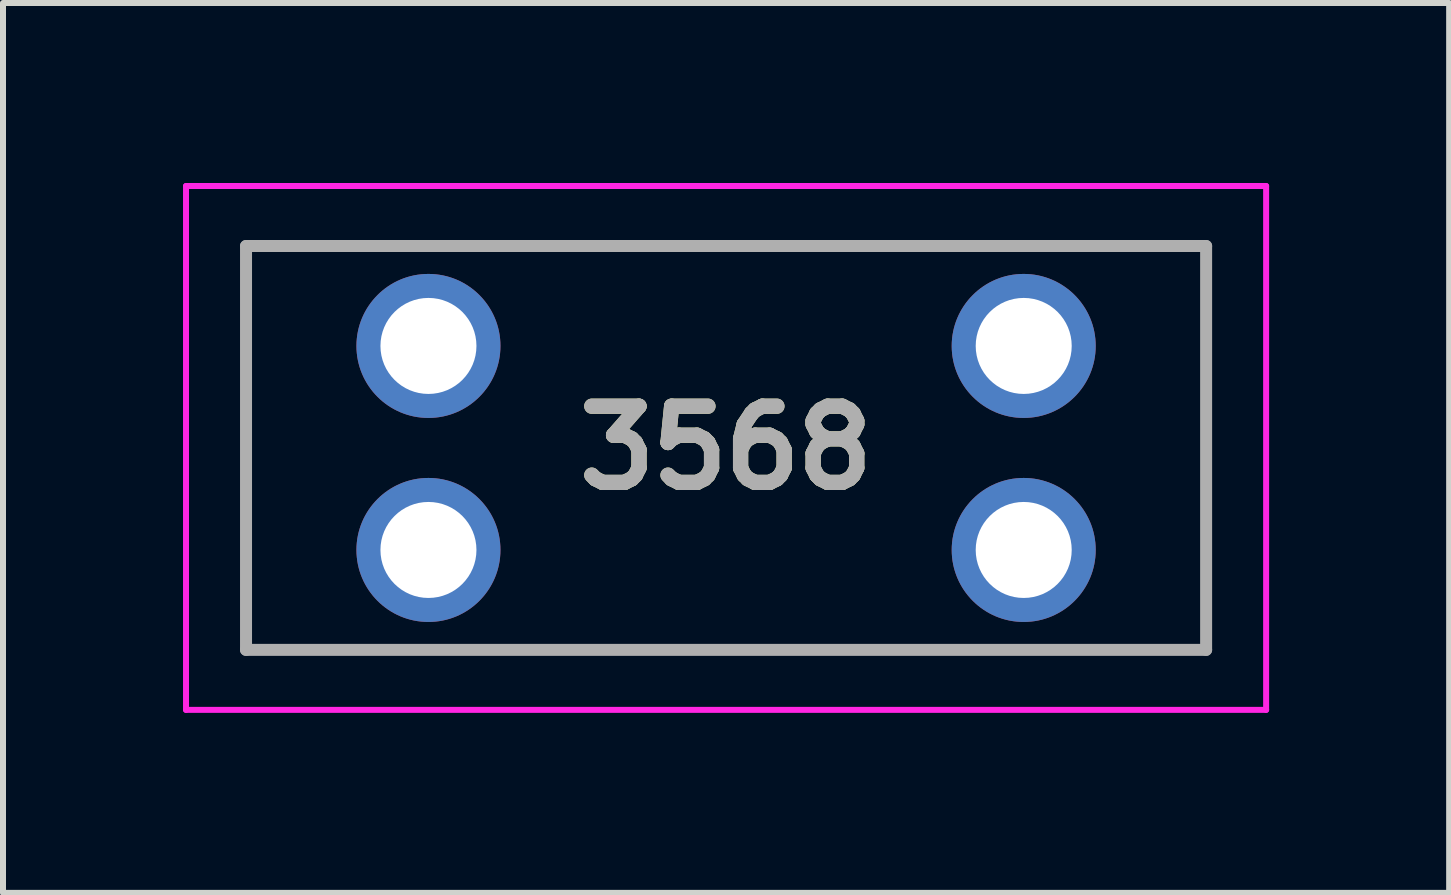
<source format=kicad_pcb>
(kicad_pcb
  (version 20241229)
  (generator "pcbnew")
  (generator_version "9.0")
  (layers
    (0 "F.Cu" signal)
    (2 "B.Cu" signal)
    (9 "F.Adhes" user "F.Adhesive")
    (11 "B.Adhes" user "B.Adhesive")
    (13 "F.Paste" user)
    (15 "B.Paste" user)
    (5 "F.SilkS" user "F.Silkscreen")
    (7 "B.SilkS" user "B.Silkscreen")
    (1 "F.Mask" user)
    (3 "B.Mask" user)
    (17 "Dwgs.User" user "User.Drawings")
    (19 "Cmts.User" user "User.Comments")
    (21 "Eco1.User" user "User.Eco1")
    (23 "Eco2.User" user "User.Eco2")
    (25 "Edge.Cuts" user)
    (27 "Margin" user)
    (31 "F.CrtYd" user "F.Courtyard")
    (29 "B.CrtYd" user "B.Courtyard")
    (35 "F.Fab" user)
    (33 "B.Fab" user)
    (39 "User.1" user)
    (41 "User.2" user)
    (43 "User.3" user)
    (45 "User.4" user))
  (footprint "3568"
    (layer "F.Cu")
    (at 4.09 6.115)
    (property "Reference" "3568" (at 4.96 -1.7 0) (layer "F.SilkS") (effects (font (size 1.27 1.27) (thickness 0.254))))
    (attr through_hole)
    (fp_line (start -3.04 -5.065) (end 12.96 -5.065) (stroke (width 0.1) (type solid)) (layer "F.SilkS"))
    (fp_line (start -3.04 1.665) (end -3.04 -5.065) (stroke (width 0.1) (type solid)) (layer "F.SilkS"))
    (fp_line (start 12.96 -5.065) (end 12.96 1.665) (stroke (width 0.1) (type solid)) (layer "F.SilkS"))
    (fp_line (start 12.96 1.665) (end -3.04 1.665) (stroke (width 0.1) (type solid)) (layer "F.SilkS"))
    (fp_line (start -4.04 -6.065) (end 13.96 -6.065) (stroke (width 0.1) (type solid)) (layer "F.CrtYd"))
    (fp_line (start -4.04 2.665) (end -4.04 -6.065) (stroke (width 0.1) (type solid)) (layer "F.CrtYd"))
    (fp_line (start 13.96 -6.065) (end 13.96 2.665) (stroke (width 0.1) (type solid)) (layer "F.CrtYd"))
    (fp_line (start 13.96 2.665) (end -4.04 2.665) (stroke (width 0.1) (type solid)) (layer "F.CrtYd"))
    (fp_line (start -3.04 -5.065) (end 12.96 -5.065) (stroke (width 0.2) (type solid)) (layer "F.Fab"))
    (fp_line (start -3.04 1.665) (end -3.04 -5.065) (stroke (width 0.2) (type solid)) (layer "F.Fab"))
    (fp_line (start 12.96 -5.065) (end 12.96 1.665) (stroke (width 0.2) (type solid)) (layer "F.Fab"))
    (fp_line (start 12.96 1.665) (end -3.04 1.665) (stroke (width 0.2) (type solid)) (layer "F.Fab"))
    (fp_text user "${REFERENCE}" (at 4.96 -1.7 0) (layer "F.Fab") (effects (font (size 1.27 1.27) (thickness 0.254))))
    (pad "1" thru_hole circle (at 0 0) (size 2.4 2.4) (drill 1.6) (layers "*.Cu" "*.Mask"))
    (pad "2" thru_hole circle (at 0 -3.4) (size 2.4 2.4) (drill 1.6) (layers "*.Cu" "*.Mask"))
    (pad "3" thru_hole circle (at 9.92 0) (size 2.4 2.4) (drill 1.6) (layers "*.Cu" "*.Mask"))
    (pad "4" thru_hole circle (at 9.92 -3.4) (size 2.4 2.4) (drill 1.6) (layers "*.Cu" "*.Mask")))
  (gr_rect
    (start -3 -3)
    (end 21.1 11.83)
    (stroke (width 0.1) (type default))
    (fill no)
    (layer "Edge.Cuts")))
</source>
